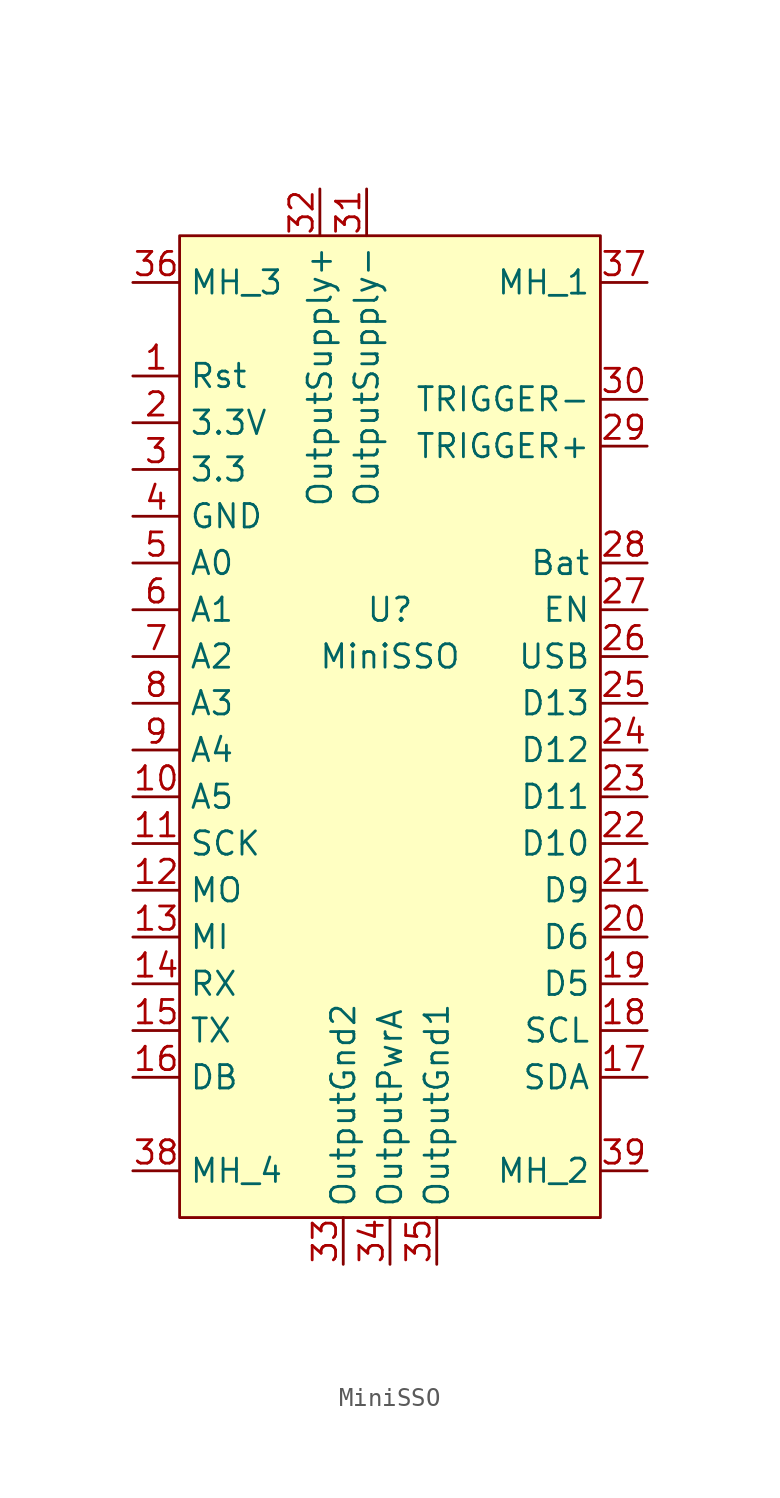
<source format=kicad_sym>
(kicad_symbol_lib
  (version 20220914)
  (generator kicad_symbol_editor)
  (symbol "MiniSSO"
    (property "Reference" "U"
      (at 0 6.35 0)
      (effects (font (size 1.27 1.27))))
    (property "Value" "MiniSSO"
      (at 0 3.81 0)
      (effects (font (size 1.27 1.27))))
    (symbol "MiniSSO_1_1"
      (rectangle (start -11.43 26.67) (end 11.43 -26.67) (stroke (width 0) (type default)) (fill (type background)))
      (pin input line (at -13.97 19.05 0) (length 2.54) (name "Rst" (effects (font (size 1.27 1.27)))) (number "1" (effects (font (size 1.27 1.27)))))
      (pin bidirectional line (at -13.97 -3.81 0) (length 2.54) (name "A5" (effects (font (size 1.27 1.27)))) (number "10" (effects (font (size 1.27 1.27)))))
      (pin bidirectional line (at -13.97 -6.35 0) (length 2.54) (name "SCK" (effects (font (size 1.27 1.27)))) (number "11" (effects (font (size 1.27 1.27)))))
      (pin bidirectional line (at -13.97 -8.89 0) (length 2.54) (name "MO" (effects (font (size 1.27 1.27)))) (number "12" (effects (font (size 1.27 1.27)))))
      (pin bidirectional line (at -13.97 -11.43 0) (length 2.54) (name "MI" (effects (font (size 1.27 1.27)))) (number "13" (effects (font (size 1.27 1.27)))))
      (pin bidirectional line (at -13.97 -13.97 0) (length 2.54) (name "RX" (effects (font (size 1.27 1.27)))) (number "14" (effects (font (size 1.27 1.27)))))
      (pin bidirectional line (at -13.97 -16.51 0) (length 2.54) (name "TX" (effects (font (size 1.27 1.27)))) (number "15" (effects (font (size 1.27 1.27)))))
      (pin bidirectional line (at -13.97 -19.05 0) (length 2.54) (name "DB" (effects (font (size 1.27 1.27)))) (number "16" (effects (font (size 1.27 1.27)))))
      (pin bidirectional line (at 13.97 -19.05 180) (length 2.54) (name "SDA" (effects (font (size 1.27 1.27)))) (number "17" (effects (font (size 1.27 1.27)))))
      (pin bidirectional line (at 13.97 -16.51 180) (length 2.54) (name "SCL" (effects (font (size 1.27 1.27)))) (number "18" (effects (font (size 1.27 1.27)))))
      (pin bidirectional line (at 13.97 -13.97 180) (length 2.54) (name "D5" (effects (font (size 1.27 1.27)))) (number "19" (effects (font (size 1.27 1.27)))))
      (pin power_in line (at -13.97 16.51 0) (length 2.54) (name "3.3V" (effects (font (size 1.27 1.27)))) (number "2" (effects (font (size 1.27 1.27)))))
      (pin bidirectional line (at 13.97 -11.43 180) (length 2.54) (name "D6" (effects (font (size 1.27 1.27)))) (number "20" (effects (font (size 1.27 1.27)))))
      (pin bidirectional line (at 13.97 -8.89 180) (length 2.54) (name "D9" (effects (font (size 1.27 1.27)))) (number "21" (effects (font (size 1.27 1.27)))))
      (pin bidirectional line (at 13.97 -6.35 180) (length 2.54) (name "D10" (effects (font (size 1.27 1.27)))) (number "22" (effects (font (size 1.27 1.27)))))
      (pin bidirectional line (at 13.97 -3.81 180) (length 2.54) (name "D11" (effects (font (size 1.27 1.27)))) (number "23" (effects (font (size 1.27 1.27)))))
      (pin bidirectional line (at 13.97 -1.27 180) (length 2.54) (name "D12" (effects (font (size 1.27 1.27)))) (number "24" (effects (font (size 1.27 1.27)))))
      (pin bidirectional line (at 13.97 1.27 180) (length 2.54) (name "D13" (effects (font (size 1.27 1.27)))) (number "25" (effects (font (size 1.27 1.27)))))
      (pin power_in line (at 13.97 3.81 180) (length 2.54) (name "USB" (effects (font (size 1.27 1.27)))) (number "26" (effects (font (size 1.27 1.27)))))
      (pin input line (at 13.97 6.35 180) (length 2.54) (name "EN" (effects (font (size 1.27 1.27)))) (number "27" (effects (font (size 1.27 1.27)))))
      (pin power_in line (at 13.97 8.89 180) (length 2.54) (name "Bat" (effects (font (size 1.27 1.27)))) (number "28" (effects (font (size 1.27 1.27)))))
      (pin power_in line (at 13.97 15.24 180) (length 2.54) (name "TRIGGER+" (effects (font (size 1.27 1.27)))) (number "29" (effects (font (size 1.27 1.27)))))
      (pin power_in line (at -13.97 13.97 0) (length 2.54) (name "3.3" (effects (font (size 1.27 1.27)))) (number "3" (effects (font (size 1.27 1.27)))))
      (pin power_in line (at 13.97 17.78 180) (length 2.54) (name "TRIGGER-" (effects (font (size 1.27 1.27)))) (number "30" (effects (font (size 1.27 1.27)))))
      (pin power_in line (at -1.27 29.21 270) (length 2.54) (name "OutputSupply-" (effects (font (size 1.27 1.27)))) (number "31" (effects (font (size 1.27 1.27)))))
      (pin power_in line (at -3.81 29.21 270) (length 2.54) (name "OutputSupply+" (effects (font (size 1.27 1.27)))) (number "32" (effects (font (size 1.27 1.27)))))
      (pin power_in line (at -2.54 -29.21 90) (length 2.54) (name "OutputGnd2" (effects (font (size 1.27 1.27)))) (number "33" (effects (font (size 1.27 1.27)))))
      (pin power_in line (at 0 -29.21 90) (length 2.54) (name "OutputPwrA" (effects (font (size 1.27 1.27)))) (number "34" (effects (font (size 1.27 1.27)))))
      (pin power_in line (at 2.54 -29.21 90) (length 2.54) (name "OutputGnd1" (effects (font (size 1.27 1.27)))) (number "35" (effects (font (size 1.27 1.27)))))
      (pin power_in line (at -13.97 24.13 0) (length 2.54) (name "MH_3" (effects (font (size 1.27 1.27)))) (number "36" (effects (font (size 1.27 1.27)))))
      (pin power_in line (at 13.97 24.13 180) (length 2.54) (name "MH_1" (effects (font (size 1.27 1.27)))) (number "37" (effects (font (size 1.27 1.27)))))
      (pin power_in line (at -13.97 -24.13 0) (length 2.54) (name "MH_4" (effects (font (size 1.27 1.27)))) (number "38" (effects (font (size 1.27 1.27)))))
      (pin power_in line (at 13.97 -24.13 180) (length 2.54) (name "MH_2" (effects (font (size 1.27 1.27)))) (number "39" (effects (font (size 1.27 1.27)))))
      (pin power_in line (at -13.97 11.43 0) (length 2.54) (name "GND" (effects (font (size 1.27 1.27)))) (number "4" (effects (font (size 1.27 1.27)))))
      (pin bidirectional line (at -13.97 8.89 0) (length 2.54) (name "A0" (effects (font (size 1.27 1.27)))) (number "5" (effects (font (size 1.27 1.27)))))
      (pin bidirectional line (at -13.97 6.35 0) (length 2.54) (name "A1" (effects (font (size 1.27 1.27)))) (number "6" (effects (font (size 1.27 1.27)))))
      (pin bidirectional line (at -13.97 3.81 0) (length 2.54) (name "A2" (effects (font (size 1.27 1.27)))) (number "7" (effects (font (size 1.27 1.27)))))
      (pin bidirectional line (at -13.97 1.27 0) (length 2.54) (name "A3" (effects (font (size 1.27 1.27)))) (number "8" (effects (font (size 1.27 1.27)))))
      (pin bidirectional line (at -13.97 -1.27 0) (length 2.54) (name "A4" (effects (font (size 1.27 1.27)))) (number "9" (effects (font (size 1.27 1.27))))))))
</source>
